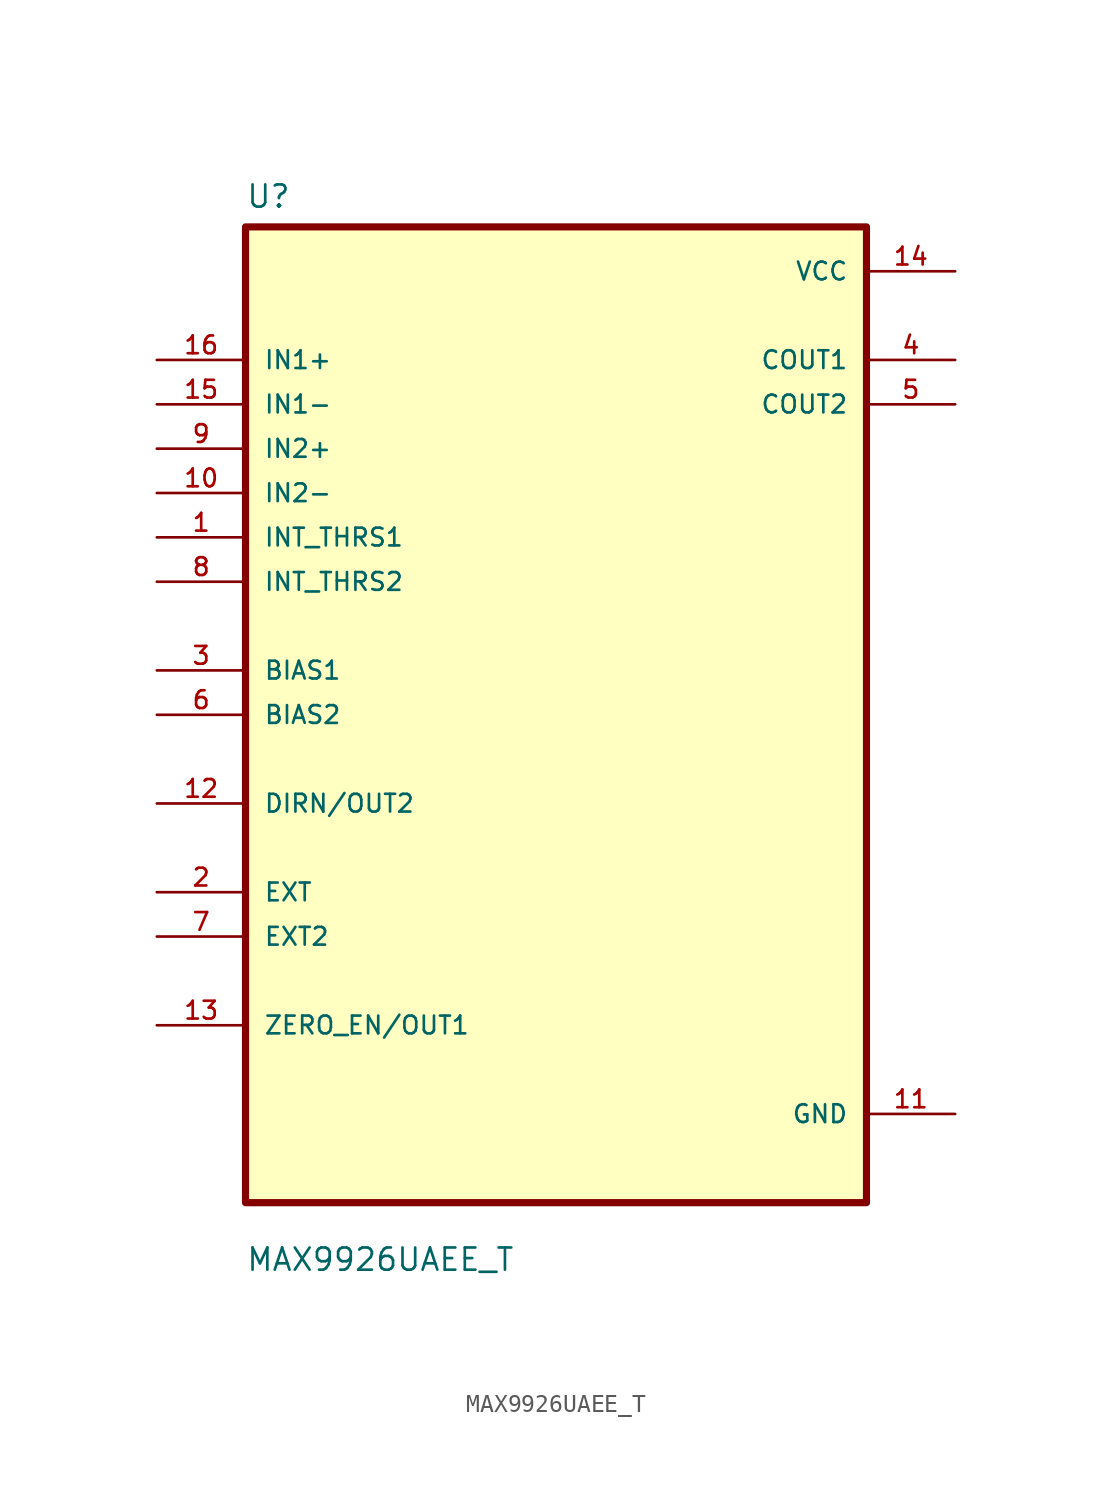
<source format=kicad_sym>
(kicad_symbol_lib
  (version 20211014)
  (generator kicad_symbol_editor)
  (symbol "MAX9926UAEE_T"
    (pin_names
      (offset 1.016))
    (property "Reference" "U"
      (at -17.78 28.94 0.0)
      (effects (font (size 1.27 1.27)) (justify bottom left)))
    (property "Value" "MAX9926UAEE_T"
      (at -17.78 -31.94 0.0)
      (effects (font (size 1.27 1.27)) (justify bottom left)))
    (symbol "MAX9926UAEE_T_0_0"
      (rectangle (start -17.78 -27.94) (end 17.78 27.94) (stroke (width 0.41)) (fill (type background)))
      (pin input line (at -22.86 20.32 0) (length 5.08) (name "IN1+" (effects (font (size 1.016 1.016)))) (number "16" (effects (font (size 1.016 1.016)))))
      (pin input line (at -22.86 17.78 0) (length 5.08) (name "IN1-" (effects (font (size 1.016 1.016)))) (number "15" (effects (font (size 1.016 1.016)))))
      (pin input line (at -22.86 15.24 0) (length 5.08) (name "IN2+" (effects (font (size 1.016 1.016)))) (number "9" (effects (font (size 1.016 1.016)))))
      (pin input line (at -22.86 12.7 0) (length 5.08) (name "IN2-" (effects (font (size 1.016 1.016)))) (number "10" (effects (font (size 1.016 1.016)))))
      (pin input line (at -22.86 10.16 0) (length 5.08) (name "INT_THRS1" (effects (font (size 1.016 1.016)))) (number "1" (effects (font (size 1.016 1.016)))))
      (pin input line (at -22.86 7.62 0) (length 5.08) (name "INT_THRS2" (effects (font (size 1.016 1.016)))) (number "8" (effects (font (size 1.016 1.016)))))
      (pin bidirectional line (at -22.86 2.54 0) (length 5.08) (name "BIAS1" (effects (font (size 1.016 1.016)))) (number "3" (effects (font (size 1.016 1.016)))))
      (pin bidirectional line (at -22.86 3.55271e-15 0) (length 5.08) (name "BIAS2" (effects (font (size 1.016 1.016)))) (number "6" (effects (font (size 1.016 1.016)))))
      (pin bidirectional line (at -22.86 -5.08 0) (length 5.08) (name "DIRN/OUT2" (effects (font (size 1.016 1.016)))) (number "12" (effects (font (size 1.016 1.016)))))
      (pin bidirectional line (at -22.86 -10.16 0) (length 5.08) (name "EXT" (effects (font (size 1.016 1.016)))) (number "2" (effects (font (size 1.016 1.016)))))
      (pin bidirectional line (at -22.86 -12.7 0) (length 5.08) (name "EXT2" (effects (font (size 1.016 1.016)))) (number "7" (effects (font (size 1.016 1.016)))))
      (pin bidirectional line (at -22.86 -17.78 0) (length 5.08) (name "ZERO_EN/OUT1" (effects (font (size 1.016 1.016)))) (number "13" (effects (font (size 1.016 1.016)))))
      (pin power_in line (at 22.86 25.4 180.0) (length 5.08) (name "VCC" (effects (font (size 1.016 1.016)))) (number "14" (effects (font (size 1.016 1.016)))))
      (pin output line (at 22.86 20.32 180.0) (length 5.08) (name "COUT1" (effects (font (size 1.016 1.016)))) (number "4" (effects (font (size 1.016 1.016)))))
      (pin output line (at 22.86 17.78 180.0) (length 5.08) (name "COUT2" (effects (font (size 1.016 1.016)))) (number "5" (effects (font (size 1.016 1.016)))))
      (pin power_in line (at 22.86 -22.86 180.0) (length 5.08) (name "GND" (effects (font (size 1.016 1.016)))) (number "11" (effects (font (size 1.016 1.016))))))))
</source>
